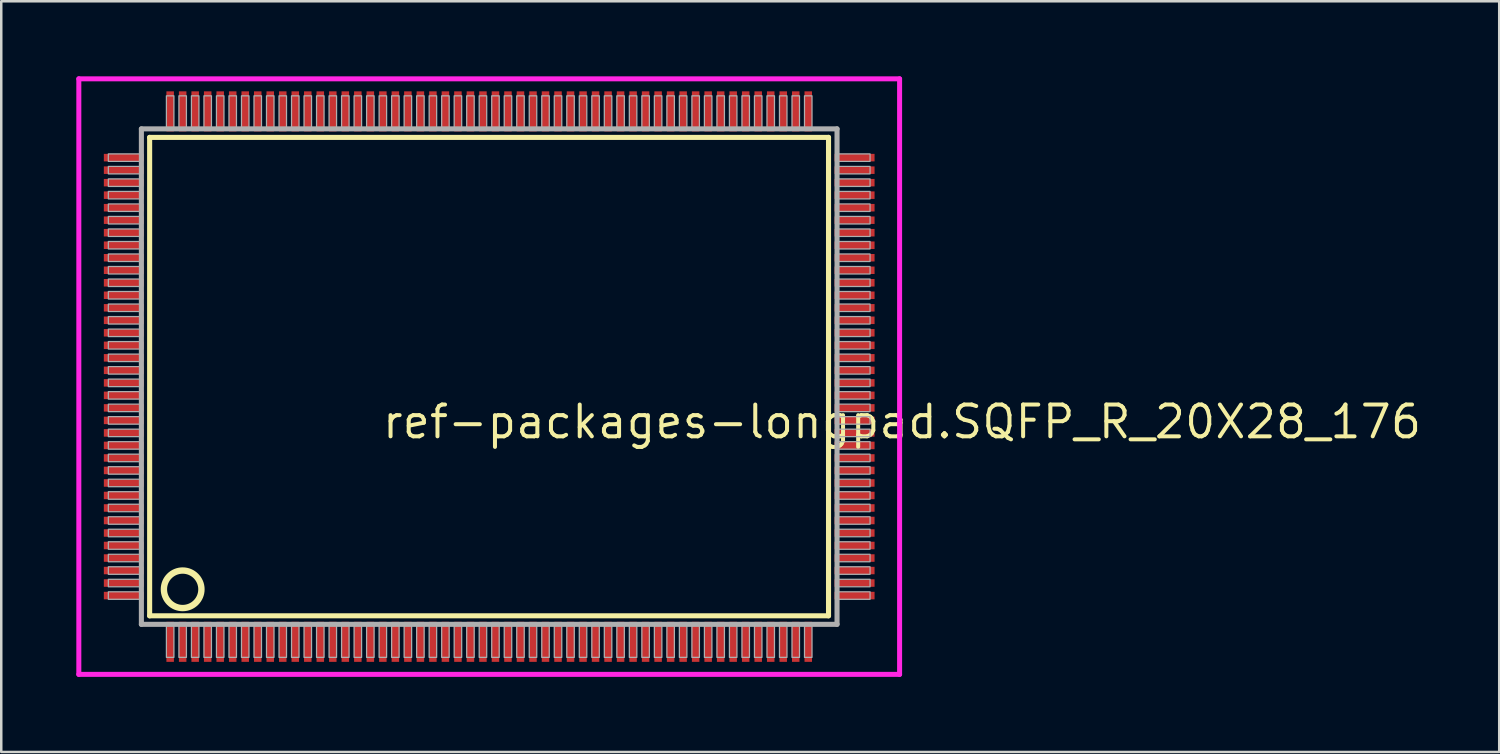
<source format=kicad_pcb>
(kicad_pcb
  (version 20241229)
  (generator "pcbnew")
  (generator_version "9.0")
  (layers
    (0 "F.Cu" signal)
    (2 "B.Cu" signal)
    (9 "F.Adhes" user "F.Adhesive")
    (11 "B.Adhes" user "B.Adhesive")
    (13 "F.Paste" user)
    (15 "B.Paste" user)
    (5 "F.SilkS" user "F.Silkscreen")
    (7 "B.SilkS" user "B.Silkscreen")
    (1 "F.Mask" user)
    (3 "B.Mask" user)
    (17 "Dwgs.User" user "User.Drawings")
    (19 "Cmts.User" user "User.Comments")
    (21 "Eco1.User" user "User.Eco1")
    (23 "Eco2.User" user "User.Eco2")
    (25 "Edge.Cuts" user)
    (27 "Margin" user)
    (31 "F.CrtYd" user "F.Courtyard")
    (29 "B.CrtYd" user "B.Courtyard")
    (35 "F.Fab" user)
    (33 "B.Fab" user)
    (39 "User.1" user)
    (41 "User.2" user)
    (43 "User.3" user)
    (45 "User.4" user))
  (footprint "ref-packages-longpad.SQFP_R_20X28_176"
    (layer "F.Cu")
    (at 16.5 12)
    (property "Reference" "ref-packages-longpad.SQFP_R_20X28_176" (at -4.35 2.55 0) (layer "F.SilkS") (effects (font (size 1.27 1.27) (thickness 0.16)) (justify left bottom)))
    (attr smd)
    (fp_line (start -13.57 -9.56) (end 13.56 -9.56) (stroke (width 0.203) (type default)) (layer "F.SilkS"))
    (fp_line (start -13.57 9.56) (end -13.57 -9.56) (stroke (width 0.203) (type default)) (layer "F.SilkS"))
    (fp_line (start 13.56 -9.56) (end 13.56 9.56) (stroke (width 0.203) (type default)) (layer "F.SilkS"))
    (fp_line (start 13.56 9.56) (end -13.57 9.56) (stroke (width 0.203) (type default)) (layer "F.SilkS"))
    (fp_circle (center -12.25 8.5) (end -11.5 8.5) (stroke (width 0.254) (type default)) (fill no) (layer "F.SilkS"))
    (fp_line (start -16.4 -11.9) (end 16.4 -11.9) (stroke (width 0.2) (type default)) (layer "F.CrtYd"))
    (fp_line (start -16.4 11.9) (end -16.4 -11.9) (stroke (width 0.2) (type default)) (layer "F.CrtYd"))
    (fp_line (start 16.4 -11.9) (end 16.4 11.9) (stroke (width 0.2) (type default)) (layer "F.CrtYd"))
    (fp_line (start 16.4 11.9) (end -16.4 11.9) (stroke (width 0.2) (type default)) (layer "F.CrtYd"))
    (fp_line (start -13.9 -9.9) (end -13.9 9.9) (stroke (width 0.203) (type default)) (layer "F.Fab"))
    (fp_line (start -13.9 9.9) (end 13.9 9.9) (stroke (width 0.203) (type default)) (layer "F.Fab"))
    (fp_line (start 13.9 -9.9) (end -13.9 -9.9) (stroke (width 0.203) (type default)) (layer "F.Fab"))
    (fp_line (start 13.9 9.9) (end 13.9 -9.9) (stroke (width 0.203) (type default)) (layer "F.Fab"))
    (fp_rect (start -15.22 -8.6) (end -13.95 -8.9) (stroke (width 0.05) (type default)) (fill no) (layer "F.Fab"))
    (fp_rect (start -15.22 -8.1) (end -13.95 -8.4) (stroke (width 0.05) (type default)) (fill no) (layer "F.Fab"))
    (fp_rect (start -15.22 -7.6) (end -13.95 -7.9) (stroke (width 0.05) (type default)) (fill no) (layer "F.Fab"))
    (fp_rect (start -15.22 -7.1) (end -13.95 -7.4) (stroke (width 0.05) (type default)) (fill no) (layer "F.Fab"))
    (fp_rect (start -15.22 -6.6) (end -13.95 -6.9) (stroke (width 0.05) (type default)) (fill no) (layer "F.Fab"))
    (fp_rect (start -15.22 -6.1) (end -13.95 -6.4) (stroke (width 0.05) (type default)) (fill no) (layer "F.Fab"))
    (fp_rect (start -15.22 -5.6) (end -13.95 -5.9) (stroke (width 0.05) (type default)) (fill no) (layer "F.Fab"))
    (fp_rect (start -15.22 -5.1) (end -13.95 -5.4) (stroke (width 0.05) (type default)) (fill no) (layer "F.Fab"))
    (fp_rect (start -15.22 -4.6) (end -13.95 -4.9) (stroke (width 0.05) (type default)) (fill no) (layer "F.Fab"))
    (fp_rect (start -15.22 -4.1) (end -13.95 -4.4) (stroke (width 0.05) (type default)) (fill no) (layer "F.Fab"))
    (fp_rect (start -15.22 -3.6) (end -13.95 -3.9) (stroke (width 0.05) (type default)) (fill no) (layer "F.Fab"))
    (fp_rect (start -15.22 -3.1) (end -13.95 -3.4) (stroke (width 0.05) (type default)) (fill no) (layer "F.Fab"))
    (fp_rect (start -15.22 -2.6) (end -13.95 -2.9) (stroke (width 0.05) (type default)) (fill no) (layer "F.Fab"))
    (fp_rect (start -15.22 -2.1) (end -13.95 -2.4) (stroke (width 0.05) (type default)) (fill no) (layer "F.Fab"))
    (fp_rect (start -15.22 -1.6) (end -13.95 -1.9) (stroke (width 0.05) (type default)) (fill no) (layer "F.Fab"))
    (fp_rect (start -15.22 -1.1) (end -13.95 -1.4) (stroke (width 0.05) (type default)) (fill no) (layer "F.Fab"))
    (fp_rect (start -15.22 -0.6) (end -13.95 -0.9) (stroke (width 0.05) (type default)) (fill no) (layer "F.Fab"))
    (fp_rect (start -15.22 -0.1) (end -13.95 -0.4) (stroke (width 0.05) (type default)) (fill no) (layer "F.Fab"))
    (fp_rect (start -15.22 0.4) (end -13.95 0.1) (stroke (width 0.05) (type default)) (fill no) (layer "F.Fab"))
    (fp_rect (start -15.22 0.9) (end -13.95 0.6) (stroke (width 0.05) (type default)) (fill no) (layer "F.Fab"))
    (fp_rect (start -15.22 1.4) (end -13.95 1.1) (stroke (width 0.05) (type default)) (fill no) (layer "F.Fab"))
    (fp_rect (start -15.22 1.9) (end -13.95 1.6) (stroke (width 0.05) (type default)) (fill no) (layer "F.Fab"))
    (fp_rect (start -15.22 2.4) (end -13.95 2.1) (stroke (width 0.05) (type default)) (fill no) (layer "F.Fab"))
    (fp_rect (start -15.22 2.9) (end -13.95 2.6) (stroke (width 0.05) (type default)) (fill no) (layer "F.Fab"))
    (fp_rect (start -15.22 3.4) (end -13.95 3.1) (stroke (width 0.05) (type default)) (fill no) (layer "F.Fab"))
    (fp_rect (start -15.22 3.9) (end -13.95 3.6) (stroke (width 0.05) (type default)) (fill no) (layer "F.Fab"))
    (fp_rect (start -15.22 4.4) (end -13.95 4.1) (stroke (width 0.05) (type default)) (fill no) (layer "F.Fab"))
    (fp_rect (start -15.22 4.9) (end -13.95 4.6) (stroke (width 0.05) (type default)) (fill no) (layer "F.Fab"))
    (fp_rect (start -15.22 5.4) (end -13.95 5.1) (stroke (width 0.05) (type default)) (fill no) (layer "F.Fab"))
    (fp_rect (start -15.22 5.9) (end -13.95 5.6) (stroke (width 0.05) (type default)) (fill no) (layer "F.Fab"))
    (fp_rect (start -15.22 6.4) (end -13.95 6.1) (stroke (width 0.05) (type default)) (fill no) (layer "F.Fab"))
    (fp_rect (start -15.22 6.9) (end -13.95 6.6) (stroke (width 0.05) (type default)) (fill no) (layer "F.Fab"))
    (fp_rect (start -15.22 7.4) (end -13.95 7.1) (stroke (width 0.05) (type default)) (fill no) (layer "F.Fab"))
    (fp_rect (start -15.22 7.9) (end -13.95 7.6) (stroke (width 0.05) (type default)) (fill no) (layer "F.Fab"))
    (fp_rect (start -15.22 8.4) (end -13.95 8.1) (stroke (width 0.05) (type default)) (fill no) (layer "F.Fab"))
    (fp_rect (start -15.22 8.9) (end -13.95 8.6) (stroke (width 0.05) (type default)) (fill no) (layer "F.Fab"))
    (fp_rect (start -12.9 -9.95) (end -12.6 -11.22) (stroke (width 0.05) (type default)) (fill no) (layer "F.Fab"))
    (fp_rect (start -12.9 11.22) (end -12.6 9.95) (stroke (width 0.05) (type default)) (fill no) (layer "F.Fab"))
    (fp_rect (start -12.4 -9.95) (end -12.1 -11.22) (stroke (width 0.05) (type default)) (fill no) (layer "F.Fab"))
    (fp_rect (start -12.4 11.22) (end -12.1 9.95) (stroke (width 0.05) (type default)) (fill no) (layer "F.Fab"))
    (fp_rect (start -11.9 -9.95) (end -11.6 -11.22) (stroke (width 0.05) (type default)) (fill no) (layer "F.Fab"))
    (fp_rect (start -11.9 11.22) (end -11.6 9.95) (stroke (width 0.05) (type default)) (fill no) (layer "F.Fab"))
    (fp_rect (start -11.4 -9.95) (end -11.1 -11.22) (stroke (width 0.05) (type default)) (fill no) (layer "F.Fab"))
    (fp_rect (start -11.4 11.22) (end -11.1 9.95) (stroke (width 0.05) (type default)) (fill no) (layer "F.Fab"))
    (fp_rect (start -10.9 -9.95) (end -10.6 -11.22) (stroke (width 0.05) (type default)) (fill no) (layer "F.Fab"))
    (fp_rect (start -10.9 11.22) (end -10.6 9.95) (stroke (width 0.05) (type default)) (fill no) (layer "F.Fab"))
    (fp_rect (start -10.4 -9.95) (end -10.1 -11.22) (stroke (width 0.05) (type default)) (fill no) (layer "F.Fab"))
    (fp_rect (start -10.4 11.22) (end -10.1 9.95) (stroke (width 0.05) (type default)) (fill no) (layer "F.Fab"))
    (fp_rect (start -9.9 -9.95) (end -9.6 -11.22) (stroke (width 0.05) (type default)) (fill no) (layer "F.Fab"))
    (fp_rect (start -9.9 11.22) (end -9.6 9.95) (stroke (width 0.05) (type default)) (fill no) (layer "F.Fab"))
    (fp_rect (start -9.4 -9.95) (end -9.1 -11.22) (stroke (width 0.05) (type default)) (fill no) (layer "F.Fab"))
    (fp_rect (start -9.4 11.22) (end -9.1 9.95) (stroke (width 0.05) (type default)) (fill no) (layer "F.Fab"))
    (fp_rect (start -8.9 -9.95) (end -8.6 -11.22) (stroke (width 0.05) (type default)) (fill no) (layer "F.Fab"))
    (fp_rect (start -8.9 11.22) (end -8.6 9.95) (stroke (width 0.05) (type default)) (fill no) (layer "F.Fab"))
    (fp_rect (start -8.4 -9.95) (end -8.1 -11.22) (stroke (width 0.05) (type default)) (fill no) (layer "F.Fab"))
    (fp_rect (start -8.4 11.22) (end -8.1 9.95) (stroke (width 0.05) (type default)) (fill no) (layer "F.Fab"))
    (fp_rect (start -7.9 -9.95) (end -7.6 -11.22) (stroke (width 0.05) (type default)) (fill no) (layer "F.Fab"))
    (fp_rect (start -7.9 11.22) (end -7.6 9.95) (stroke (width 0.05) (type default)) (fill no) (layer "F.Fab"))
    (fp_rect (start -7.4 -9.95) (end -7.1 -11.22) (stroke (width 0.05) (type default)) (fill no) (layer "F.Fab"))
    (fp_rect (start -7.4 11.22) (end -7.1 9.95) (stroke (width 0.05) (type default)) (fill no) (layer "F.Fab"))
    (fp_rect (start -6.9 -9.95) (end -6.6 -11.22) (stroke (width 0.05) (type default)) (fill no) (layer "F.Fab"))
    (fp_rect (start -6.9 11.22) (end -6.6 9.95) (stroke (width 0.05) (type default)) (fill no) (layer "F.Fab"))
    (fp_rect (start -6.4 -9.95) (end -6.1 -11.22) (stroke (width 0.05) (type default)) (fill no) (layer "F.Fab"))
    (fp_rect (start -6.4 11.22) (end -6.1 9.95) (stroke (width 0.05) (type default)) (fill no) (layer "F.Fab"))
    (fp_rect (start -5.9 -9.95) (end -5.6 -11.22) (stroke (width 0.05) (type default)) (fill no) (layer "F.Fab"))
    (fp_rect (start -5.9 11.22) (end -5.6 9.95) (stroke (width 0.05) (type default)) (fill no) (layer "F.Fab"))
    (fp_rect (start -5.4 -9.95) (end -5.1 -11.22) (stroke (width 0.05) (type default)) (fill no) (layer "F.Fab"))
    (fp_rect (start -5.4 11.22) (end -5.1 9.95) (stroke (width 0.05) (type default)) (fill no) (layer "F.Fab"))
    (fp_rect (start -4.9 -9.95) (end -4.6 -11.22) (stroke (width 0.05) (type default)) (fill no) (layer "F.Fab"))
    (fp_rect (start -4.9 11.22) (end -4.6 9.95) (stroke (width 0.05) (type default)) (fill no) (layer "F.Fab"))
    (fp_rect (start -4.4 -9.95) (end -4.1 -11.22) (stroke (width 0.05) (type default)) (fill no) (layer "F.Fab"))
    (fp_rect (start -4.4 11.22) (end -4.1 9.95) (stroke (width 0.05) (type default)) (fill no) (layer "F.Fab"))
    (fp_rect (start -3.9 -9.95) (end -3.6 -11.22) (stroke (width 0.05) (type default)) (fill no) (layer "F.Fab"))
    (fp_rect (start -3.9 11.22) (end -3.6 9.95) (stroke (width 0.05) (type default)) (fill no) (layer "F.Fab"))
    (fp_rect (start -3.4 -9.95) (end -3.1 -11.22) (stroke (width 0.05) (type default)) (fill no) (layer "F.Fab"))
    (fp_rect (start -3.4 11.22) (end -3.1 9.95) (stroke (width 0.05) (type default)) (fill no) (layer "F.Fab"))
    (fp_rect (start -2.9 -9.95) (end -2.6 -11.22) (stroke (width 0.05) (type default)) (fill no) (layer "F.Fab"))
    (fp_rect (start -2.9 11.22) (end -2.6 9.95) (stroke (width 0.05) (type default)) (fill no) (layer "F.Fab"))
    (fp_rect (start -2.4 -9.95) (end -2.1 -11.22) (stroke (width 0.05) (type default)) (fill no) (layer "F.Fab"))
    (fp_rect (start -2.4 11.22) (end -2.1 9.95) (stroke (width 0.05) (type default)) (fill no) (layer "F.Fab"))
    (fp_rect (start -1.9 -9.95) (end -1.6 -11.22) (stroke (width 0.05) (type default)) (fill no) (layer "F.Fab"))
    (fp_rect (start -1.9 11.22) (end -1.6 9.95) (stroke (width 0.05) (type default)) (fill no) (layer "F.Fab"))
    (fp_rect (start -1.4 -9.95) (end -1.1 -11.22) (stroke (width 0.05) (type default)) (fill no) (layer "F.Fab"))
    (fp_rect (start -1.4 11.22) (end -1.1 9.95) (stroke (width 0.05) (type default)) (fill no) (layer "F.Fab"))
    (fp_rect (start -0.9 -9.95) (end -0.6 -11.22) (stroke (width 0.05) (type default)) (fill no) (layer "F.Fab"))
    (fp_rect (start -0.9 11.22) (end -0.6 9.95) (stroke (width 0.05) (type default)) (fill no) (layer "F.Fab"))
    (fp_rect (start -0.4 -9.95) (end -0.1 -11.22) (stroke (width 0.05) (type default)) (fill no) (layer "F.Fab"))
    (fp_rect (start -0.4 11.22) (end -0.1 9.95) (stroke (width 0.05) (type default)) (fill no) (layer "F.Fab"))
    (fp_rect (start 0.1 -9.95) (end 0.4 -11.22) (stroke (width 0.05) (type default)) (fill no) (layer "F.Fab"))
    (fp_rect (start 0.1 11.22) (end 0.4 9.95) (stroke (width 0.05) (type default)) (fill no) (layer "F.Fab"))
    (fp_rect (start 0.6 -9.95) (end 0.9 -11.22) (stroke (width 0.05) (type default)) (fill no) (layer "F.Fab"))
    (fp_rect (start 0.6 11.22) (end 0.9 9.95) (stroke (width 0.05) (type default)) (fill no) (layer "F.Fab"))
    (fp_rect (start 1.1 -9.95) (end 1.4 -11.22) (stroke (width 0.05) (type default)) (fill no) (layer "F.Fab"))
    (fp_rect (start 1.1 11.22) (end 1.4 9.95) (stroke (width 0.05) (type default)) (fill no) (layer "F.Fab"))
    (fp_rect (start 1.6 -9.95) (end 1.9 -11.22) (stroke (width 0.05) (type default)) (fill no) (layer "F.Fab"))
    (fp_rect (start 1.6 11.22) (end 1.9 9.95) (stroke (width 0.05) (type default)) (fill no) (layer "F.Fab"))
    (fp_rect (start 2.1 -9.95) (end 2.4 -11.22) (stroke (width 0.05) (type default)) (fill no) (layer "F.Fab"))
    (fp_rect (start 2.1 11.22) (end 2.4 9.95) (stroke (width 0.05) (type default)) (fill no) (layer "F.Fab"))
    (fp_rect (start 2.6 -9.95) (end 2.9 -11.22) (stroke (width 0.05) (type default)) (fill no) (layer "F.Fab"))
    (fp_rect (start 2.6 11.22) (end 2.9 9.95) (stroke (width 0.05) (type default)) (fill no) (layer "F.Fab"))
    (fp_rect (start 3.1 -9.95) (end 3.4 -11.22) (stroke (width 0.05) (type default)) (fill no) (layer "F.Fab"))
    (fp_rect (start 3.1 11.22) (end 3.4 9.95) (stroke (width 0.05) (type default)) (fill no) (layer "F.Fab"))
    (fp_rect (start 3.6 -9.95) (end 3.9 -11.22) (stroke (width 0.05) (type default)) (fill no) (layer "F.Fab"))
    (fp_rect (start 3.6 11.22) (end 3.9 9.95) (stroke (width 0.05) (type default)) (fill no) (layer "F.Fab"))
    (fp_rect (start 4.1 -9.95) (end 4.4 -11.22) (stroke (width 0.05) (type default)) (fill no) (layer "F.Fab"))
    (fp_rect (start 4.1 11.22) (end 4.4 9.95) (stroke (width 0.05) (type default)) (fill no) (layer "F.Fab"))
    (fp_rect (start 4.6 -9.95) (end 4.9 -11.22) (stroke (width 0.05) (type default)) (fill no) (layer "F.Fab"))
    (fp_rect (start 4.6 11.22) (end 4.9 9.95) (stroke (width 0.05) (type default)) (fill no) (layer "F.Fab"))
    (fp_rect (start 5.1 -9.95) (end 5.4 -11.22) (stroke (width 0.05) (type default)) (fill no) (layer "F.Fab"))
    (fp_rect (start 5.1 11.22) (end 5.4 9.95) (stroke (width 0.05) (type default)) (fill no) (layer "F.Fab"))
    (fp_rect (start 5.6 -9.95) (end 5.9 -11.22) (stroke (width 0.05) (type default)) (fill no) (layer "F.Fab"))
    (fp_rect (start 5.6 11.22) (end 5.9 9.95) (stroke (width 0.05) (type default)) (fill no) (layer "F.Fab"))
    (fp_rect (start 6.1 -9.95) (end 6.4 -11.22) (stroke (width 0.05) (type default)) (fill no) (layer "F.Fab"))
    (fp_rect (start 6.1 11.22) (end 6.4 9.95) (stroke (width 0.05) (type default)) (fill no) (layer "F.Fab"))
    (fp_rect (start 6.6 -9.95) (end 6.9 -11.22) (stroke (width 0.05) (type default)) (fill no) (layer "F.Fab"))
    (fp_rect (start 6.6 11.22) (end 6.9 9.95) (stroke (width 0.05) (type default)) (fill no) (layer "F.Fab"))
    (fp_rect (start 7.1 -9.95) (end 7.4 -11.22) (stroke (width 0.05) (type default)) (fill no) (layer "F.Fab"))
    (fp_rect (start 7.1 11.22) (end 7.4 9.95) (stroke (width 0.05) (type default)) (fill no) (layer "F.Fab"))
    (fp_rect (start 7.6 -9.95) (end 7.9 -11.22) (stroke (width 0.05) (type default)) (fill no) (layer "F.Fab"))
    (fp_rect (start 7.6 11.22) (end 7.9 9.95) (stroke (width 0.05) (type default)) (fill no) (layer "F.Fab"))
    (fp_rect (start 8.1 -9.95) (end 8.4 -11.22) (stroke (width 0.05) (type default)) (fill no) (layer "F.Fab"))
    (fp_rect (start 8.1 11.22) (end 8.4 9.95) (stroke (width 0.05) (type default)) (fill no) (layer "F.Fab"))
    (fp_rect (start 8.6 -9.95) (end 8.9 -11.22) (stroke (width 0.05) (type default)) (fill no) (layer "F.Fab"))
    (fp_rect (start 8.6 11.22) (end 8.9 9.95) (stroke (width 0.05) (type default)) (fill no) (layer "F.Fab"))
    (fp_rect (start 9.1 -9.95) (end 9.4 -11.22) (stroke (width 0.05) (type default)) (fill no) (layer "F.Fab"))
    (fp_rect (start 9.1 11.22) (end 9.4 9.95) (stroke (width 0.05) (type default)) (fill no) (layer "F.Fab"))
    (fp_rect (start 9.6 -9.95) (end 9.9 -11.22) (stroke (width 0.05) (type default)) (fill no) (layer "F.Fab"))
    (fp_rect (start 9.6 11.22) (end 9.9 9.95) (stroke (width 0.05) (type default)) (fill no) (layer "F.Fab"))
    (fp_rect (start 10.1 -9.95) (end 10.4 -11.22) (stroke (width 0.05) (type default)) (fill no) (layer "F.Fab"))
    (fp_rect (start 10.1 11.22) (end 10.4 9.95) (stroke (width 0.05) (type default)) (fill no) (layer "F.Fab"))
    (fp_rect (start 10.6 -9.95) (end 10.9 -11.22) (stroke (width 0.05) (type default)) (fill no) (layer "F.Fab"))
    (fp_rect (start 10.6 11.22) (end 10.9 9.95) (stroke (width 0.05) (type default)) (fill no) (layer "F.Fab"))
    (fp_rect (start 11.1 -9.95) (end 11.4 -11.22) (stroke (width 0.05) (type default)) (fill no) (layer "F.Fab"))
    (fp_rect (start 11.1 11.22) (end 11.4 9.95) (stroke (width 0.05) (type default)) (fill no) (layer "F.Fab"))
    (fp_rect (start 11.6 -9.95) (end 11.9 -11.22) (stroke (width 0.05) (type default)) (fill no) (layer "F.Fab"))
    (fp_rect (start 11.6 11.22) (end 11.9 9.95) (stroke (width 0.05) (type default)) (fill no) (layer "F.Fab"))
    (fp_rect (start 12.1 -9.95) (end 12.4 -11.22) (stroke (width 0.05) (type default)) (fill no) (layer "F.Fab"))
    (fp_rect (start 12.1 11.22) (end 12.4 9.95) (stroke (width 0.05) (type default)) (fill no) (layer "F.Fab"))
    (fp_rect (start 12.6 -9.95) (end 12.9 -11.22) (stroke (width 0.05) (type default)) (fill no) (layer "F.Fab"))
    (fp_rect (start 12.6 11.22) (end 12.9 9.95) (stroke (width 0.05) (type default)) (fill no) (layer "F.Fab"))
    (fp_rect (start 13.95 -8.6) (end 15.22 -8.9) (stroke (width 0.05) (type default)) (fill no) (layer "F.Fab"))
    (fp_rect (start 13.95 -8.1) (end 15.22 -8.4) (stroke (width 0.05) (type default)) (fill no) (layer "F.Fab"))
    (fp_rect (start 13.95 -7.6) (end 15.22 -7.9) (stroke (width 0.05) (type default)) (fill no) (layer "F.Fab"))
    (fp_rect (start 13.95 -7.1) (end 15.22 -7.4) (stroke (width 0.05) (type default)) (fill no) (layer "F.Fab"))
    (fp_rect (start 13.95 -6.6) (end 15.22 -6.9) (stroke (width 0.05) (type default)) (fill no) (layer "F.Fab"))
    (fp_rect (start 13.95 -6.1) (end 15.22 -6.4) (stroke (width 0.05) (type default)) (fill no) (layer "F.Fab"))
    (fp_rect (start 13.95 -5.6) (end 15.22 -5.9) (stroke (width 0.05) (type default)) (fill no) (layer "F.Fab"))
    (fp_rect (start 13.95 -5.1) (end 15.22 -5.4) (stroke (width 0.05) (type default)) (fill no) (layer "F.Fab"))
    (fp_rect (start 13.95 -4.6) (end 15.22 -4.9) (stroke (width 0.05) (type default)) (fill no) (layer "F.Fab"))
    (fp_rect (start 13.95 -4.1) (end 15.22 -4.4) (stroke (width 0.05) (type default)) (fill no) (layer "F.Fab"))
    (fp_rect (start 13.95 -3.6) (end 15.22 -3.9) (stroke (width 0.05) (type default)) (fill no) (layer "F.Fab"))
    (fp_rect (start 13.95 -3.1) (end 15.22 -3.4) (stroke (width 0.05) (type default)) (fill no) (layer "F.Fab"))
    (fp_rect (start 13.95 -2.6) (end 15.22 -2.9) (stroke (width 0.05) (type default)) (fill no) (layer "F.Fab"))
    (fp_rect (start 13.95 -2.1) (end 15.22 -2.4) (stroke (width 0.05) (type default)) (fill no) (layer "F.Fab"))
    (fp_rect (start 13.95 -1.6) (end 15.22 -1.9) (stroke (width 0.05) (type default)) (fill no) (layer "F.Fab"))
    (fp_rect (start 13.95 -1.1) (end 15.22 -1.4) (stroke (width 0.05) (type default)) (fill no) (layer "F.Fab"))
    (fp_rect (start 13.95 -0.6) (end 15.22 -0.9) (stroke (width 0.05) (type default)) (fill no) (layer "F.Fab"))
    (fp_rect (start 13.95 -0.1) (end 15.22 -0.4) (stroke (width 0.05) (type default)) (fill no) (layer "F.Fab"))
    (fp_rect (start 13.95 0.4) (end 15.22 0.1) (stroke (width 0.05) (type default)) (fill no) (layer "F.Fab"))
    (fp_rect (start 13.95 0.9) (end 15.22 0.6) (stroke (width 0.05) (type default)) (fill no) (layer "F.Fab"))
    (fp_rect (start 13.95 1.4) (end 15.22 1.1) (stroke (width 0.05) (type default)) (fill no) (layer "F.Fab"))
    (fp_rect (start 13.95 1.9) (end 15.22 1.6) (stroke (width 0.05) (type default)) (fill no) (layer "F.Fab"))
    (fp_rect (start 13.95 2.4) (end 15.22 2.1) (stroke (width 0.05) (type default)) (fill no) (layer "F.Fab"))
    (fp_rect (start 13.95 2.9) (end 15.22 2.6) (stroke (width 0.05) (type default)) (fill no) (layer "F.Fab"))
    (fp_rect (start 13.95 3.4) (end 15.22 3.1) (stroke (width 0.05) (type default)) (fill no) (layer "F.Fab"))
    (fp_rect (start 13.95 3.9) (end 15.22 3.6) (stroke (width 0.05) (type default)) (fill no) (layer "F.Fab"))
    (fp_rect (start 13.95 4.4) (end 15.22 4.1) (stroke (width 0.05) (type default)) (fill no) (layer "F.Fab"))
    (fp_rect (start 13.95 4.9) (end 15.22 4.6) (stroke (width 0.05) (type default)) (fill no) (layer "F.Fab"))
    (fp_rect (start 13.95 5.4) (end 15.22 5.1) (stroke (width 0.05) (type default)) (fill no) (layer "F.Fab"))
    (fp_rect (start 13.95 5.9) (end 15.22 5.6) (stroke (width 0.05) (type default)) (fill no) (layer "F.Fab"))
    (fp_rect (start 13.95 6.4) (end 15.22 6.1) (stroke (width 0.05) (type default)) (fill no) (layer "F.Fab"))
    (fp_rect (start 13.95 6.9) (end 15.22 6.6) (stroke (width 0.05) (type default)) (fill no) (layer "F.Fab"))
    (fp_rect (start 13.95 7.4) (end 15.22 7.1) (stroke (width 0.05) (type default)) (fill no) (layer "F.Fab"))
    (fp_rect (start 13.95 7.9) (end 15.22 7.6) (stroke (width 0.05) (type default)) (fill no) (layer "F.Fab"))
    (fp_rect (start 13.95 8.4) (end 15.22 8.1) (stroke (width 0.05) (type default)) (fill no) (layer "F.Fab"))
    (fp_rect (start 13.95 8.9) (end 15.22 8.6) (stroke (width 0.05) (type default)) (fill no) (layer "F.Fab"))
    (pad "1" smd roundrect (at -12.75 10.6) (size 0.3 1.6) (layers "F.Cu" "F.Mask" "F.Paste") (roundrect_rratio 0.01))
    (pad "2" smd roundrect (at -12.25 10.6) (size 0.3 1.6) (layers "F.Cu" "F.Mask" "F.Paste") (roundrect_rratio 0.01))
    (pad "3" smd roundrect (at -11.75 10.6) (size 0.3 1.6) (layers "F.Cu" "F.Mask" "F.Paste") (roundrect_rratio 0.01))
    (pad "4" smd roundrect (at -11.25 10.6) (size 0.3 1.6) (layers "F.Cu" "F.Mask" "F.Paste") (roundrect_rratio 0.01))
    (pad "5" smd roundrect (at -10.75 10.6) (size 0.3 1.6) (layers "F.Cu" "F.Mask" "F.Paste") (roundrect_rratio 0.01))
    (pad "6" smd roundrect (at -10.25 10.6) (size 0.3 1.6) (layers "F.Cu" "F.Mask" "F.Paste") (roundrect_rratio 0.01))
    (pad "7" smd roundrect (at -9.75 10.6) (size 0.3 1.6) (layers "F.Cu" "F.Mask" "F.Paste") (roundrect_rratio 0.01))
    (pad "8" smd roundrect (at -9.25 10.6) (size 0.3 1.6) (layers "F.Cu" "F.Mask" "F.Paste") (roundrect_rratio 0.01))
    (pad "9" smd roundrect (at -8.75 10.6) (size 0.3 1.6) (layers "F.Cu" "F.Mask" "F.Paste") (roundrect_rratio 0.01))
    (pad "10" smd roundrect (at -8.25 10.6) (size 0.3 1.6) (layers "F.Cu" "F.Mask" "F.Paste") (roundrect_rratio 0.01))
    (pad "11" smd roundrect (at -7.75 10.6) (size 0.3 1.6) (layers "F.Cu" "F.Mask" "F.Paste") (roundrect_rratio 0.01))
    (pad "12" smd roundrect (at -7.25 10.6) (size 0.3 1.6) (layers "F.Cu" "F.Mask" "F.Paste") (roundrect_rratio 0.01))
    (pad "13" smd roundrect (at -6.75 10.6) (size 0.3 1.6) (layers "F.Cu" "F.Mask" "F.Paste") (roundrect_rratio 0.01))
    (pad "14" smd roundrect (at -6.25 10.6) (size 0.3 1.6) (layers "F.Cu" "F.Mask" "F.Paste") (roundrect_rratio 0.01))
    (pad "15" smd roundrect (at -5.75 10.6) (size 0.3 1.6) (layers "F.Cu" "F.Mask" "F.Paste") (roundrect_rratio 0.01))
    (pad "16" smd roundrect (at -5.25 10.6) (size 0.3 1.6) (layers "F.Cu" "F.Mask" "F.Paste") (roundrect_rratio 0.01))
    (pad "17" smd roundrect (at -4.75 10.6) (size 0.3 1.6) (layers "F.Cu" "F.Mask" "F.Paste") (roundrect_rratio 0.01))
    (pad "18" smd roundrect (at -4.25 10.6) (size 0.3 1.6) (layers "F.Cu" "F.Mask" "F.Paste") (roundrect_rratio 0.01))
    (pad "19" smd roundrect (at -3.75 10.6) (size 0.3 1.6) (layers "F.Cu" "F.Mask" "F.Paste") (roundrect_rratio 0.01))
    (pad "20" smd roundrect (at -3.25 10.6) (size 0.3 1.6) (layers "F.Cu" "F.Mask" "F.Paste") (roundrect_rratio 0.01))
    (pad "21" smd roundrect (at -2.75 10.6) (size 0.3 1.6) (layers "F.Cu" "F.Mask" "F.Paste") (roundrect_rratio 0.01))
    (pad "22" smd roundrect (at -2.25 10.6) (size 0.3 1.6) (layers "F.Cu" "F.Mask" "F.Paste") (roundrect_rratio 0.01))
    (pad "23" smd roundrect (at -1.75 10.6) (size 0.3 1.6) (layers "F.Cu" "F.Mask" "F.Paste") (roundrect_rratio 0.01))
    (pad "24" smd roundrect (at -1.25 10.6) (size 0.3 1.6) (layers "F.Cu" "F.Mask" "F.Paste") (roundrect_rratio 0.01))
    (pad "25" smd roundrect (at -0.75 10.6) (size 0.3 1.6) (layers "F.Cu" "F.Mask" "F.Paste") (roundrect_rratio 0.01))
    (pad "26" smd roundrect (at -0.25 10.6) (size 0.3 1.6) (layers "F.Cu" "F.Mask" "F.Paste") (roundrect_rratio 0.01))
    (pad "27" smd roundrect (at 0.25 10.6) (size 0.3 1.6) (layers "F.Cu" "F.Mask" "F.Paste") (roundrect_rratio 0.01))
    (pad "28" smd roundrect (at 0.75 10.6) (size 0.3 1.6) (layers "F.Cu" "F.Mask" "F.Paste") (roundrect_rratio 0.01))
    (pad "29" smd roundrect (at 1.25 10.6) (size 0.3 1.6) (layers "F.Cu" "F.Mask" "F.Paste") (roundrect_rratio 0.01))
    (pad "30" smd roundrect (at 1.75 10.6) (size 0.3 1.6) (layers "F.Cu" "F.Mask" "F.Paste") (roundrect_rratio 0.01))
    (pad "31" smd roundrect (at 2.25 10.6) (size 0.3 1.6) (layers "F.Cu" "F.Mask" "F.Paste") (roundrect_rratio 0.01))
    (pad "32" smd roundrect (at 2.75 10.6) (size 0.3 1.6) (layers "F.Cu" "F.Mask" "F.Paste") (roundrect_rratio 0.01))
    (pad "33" smd roundrect (at 3.25 10.6) (size 0.3 1.6) (layers "F.Cu" "F.Mask" "F.Paste") (roundrect_rratio 0.01))
    (pad "34" smd roundrect (at 3.75 10.6) (size 0.3 1.6) (layers "F.Cu" "F.Mask" "F.Paste") (roundrect_rratio 0.01))
    (pad "35" smd roundrect (at 4.25 10.6) (size 0.3 1.6) (layers "F.Cu" "F.Mask" "F.Paste") (roundrect_rratio 0.01))
    (pad "36" smd roundrect (at 4.75 10.6) (size 0.3 1.6) (layers "F.Cu" "F.Mask" "F.Paste") (roundrect_rratio 0.01))
    (pad "37" smd roundrect (at 5.25 10.6) (size 0.3 1.6) (layers "F.Cu" "F.Mask" "F.Paste") (roundrect_rratio 0.01))
    (pad "38" smd roundrect (at 5.75 10.6) (size 0.3 1.6) (layers "F.Cu" "F.Mask" "F.Paste") (roundrect_rratio 0.01))
    (pad "39" smd roundrect (at 6.25 10.6) (size 0.3 1.6) (layers "F.Cu" "F.Mask" "F.Paste") (roundrect_rratio 0.01))
    (pad "40" smd roundrect (at 6.75 10.6) (size 0.3 1.6) (layers "F.Cu" "F.Mask" "F.Paste") (roundrect_rratio 0.01))
    (pad "41" smd roundrect (at 7.25 10.6) (size 0.3 1.6) (layers "F.Cu" "F.Mask" "F.Paste") (roundrect_rratio 0.01))
    (pad "42" smd roundrect (at 7.75 10.6) (size 0.3 1.6) (layers "F.Cu" "F.Mask" "F.Paste") (roundrect_rratio 0.01))
    (pad "43" smd roundrect (at 8.25 10.6) (size 0.3 1.6) (layers "F.Cu" "F.Mask" "F.Paste") (roundrect_rratio 0.01))
    (pad "44" smd roundrect (at 8.75 10.6) (size 0.3 1.6) (layers "F.Cu" "F.Mask" "F.Paste") (roundrect_rratio 0.01))
    (pad "45" smd roundrect (at 9.25 10.6) (size 0.3 1.6) (layers "F.Cu" "F.Mask" "F.Paste") (roundrect_rratio 0.01))
    (pad "46" smd roundrect (at 9.75 10.6) (size 0.3 1.6) (layers "F.Cu" "F.Mask" "F.Paste") (roundrect_rratio 0.01))
    (pad "47" smd roundrect (at 10.25 10.6) (size 0.3 1.6) (layers "F.Cu" "F.Mask" "F.Paste") (roundrect_rratio 0.01))
    (pad "48" smd roundrect (at 10.75 10.6) (size 0.3 1.6) (layers "F.Cu" "F.Mask" "F.Paste") (roundrect_rratio 0.01))
    (pad "49" smd roundrect (at 11.25 10.6) (size 0.3 1.6) (layers "F.Cu" "F.Mask" "F.Paste") (roundrect_rratio 0.01))
    (pad "50" smd roundrect (at 11.75 10.6) (size 0.3 1.6) (layers "F.Cu" "F.Mask" "F.Paste") (roundrect_rratio 0.01))
    (pad "51" smd roundrect (at 12.25 10.6) (size 0.3 1.6) (layers "F.Cu" "F.Mask" "F.Paste") (roundrect_rratio 0.01))
    (pad "52" smd roundrect (at 12.75 10.6) (size 0.3 1.6) (layers "F.Cu" "F.Mask" "F.Paste") (roundrect_rratio 0.01))
    (pad "53" smd roundrect (at 14.6 8.75) (size 1.6 0.3) (layers "F.Cu" "F.Mask" "F.Paste") (roundrect_rratio 0.01))
    (pad "54" smd roundrect (at 14.6 8.25) (size 1.6 0.3) (layers "F.Cu" "F.Mask" "F.Paste") (roundrect_rratio 0.01))
    (pad "55" smd roundrect (at 14.6 7.75) (size 1.6 0.3) (layers "F.Cu" "F.Mask" "F.Paste") (roundrect_rratio 0.01))
    (pad "56" smd roundrect (at 14.6 7.25) (size 1.6 0.3) (layers "F.Cu" "F.Mask" "F.Paste") (roundrect_rratio 0.01))
    (pad "57" smd roundrect (at 14.6 6.75) (size 1.6 0.3) (layers "F.Cu" "F.Mask" "F.Paste") (roundrect_rratio 0.01))
    (pad "58" smd roundrect (at 14.6 6.25) (size 1.6 0.3) (layers "F.Cu" "F.Mask" "F.Paste") (roundrect_rratio 0.01))
    (pad "59" smd roundrect (at 14.6 5.75) (size 1.6 0.3) (layers "F.Cu" "F.Mask" "F.Paste") (roundrect_rratio 0.01))
    (pad "60" smd roundrect (at 14.6 5.25) (size 1.6 0.3) (layers "F.Cu" "F.Mask" "F.Paste") (roundrect_rratio 0.01))
    (pad "61" smd roundrect (at 14.6 4.75) (size 1.6 0.3) (layers "F.Cu" "F.Mask" "F.Paste") (roundrect_rratio 0.01))
    (pad "62" smd roundrect (at 14.6 4.25) (size 1.6 0.3) (layers "F.Cu" "F.Mask" "F.Paste") (roundrect_rratio 0.01))
    (pad "63" smd roundrect (at 14.6 3.75) (size 1.6 0.3) (layers "F.Cu" "F.Mask" "F.Paste") (roundrect_rratio 0.01))
    (pad "64" smd roundrect (at 14.6 3.25) (size 1.6 0.3) (layers "F.Cu" "F.Mask" "F.Paste") (roundrect_rratio 0.01))
    (pad "65" smd roundrect (at 14.6 2.75) (size 1.6 0.3) (layers "F.Cu" "F.Mask" "F.Paste") (roundrect_rratio 0.01))
    (pad "66" smd roundrect (at 14.6 2.25) (size 1.6 0.3) (layers "F.Cu" "F.Mask" "F.Paste") (roundrect_rratio 0.01))
    (pad "67" smd roundrect (at 14.6 1.75) (size 1.6 0.3) (layers "F.Cu" "F.Mask" "F.Paste") (roundrect_rratio 0.01))
    (pad "68" smd roundrect (at 14.6 1.25) (size 1.6 0.3) (layers "F.Cu" "F.Mask" "F.Paste") (roundrect_rratio 0.01))
    (pad "69" smd roundrect (at 14.6 0.75) (size 1.6 0.3) (layers "F.Cu" "F.Mask" "F.Paste") (roundrect_rratio 0.01))
    (pad "70" smd roundrect (at 14.6 0.25) (size 1.6 0.3) (layers "F.Cu" "F.Mask" "F.Paste") (roundrect_rratio 0.01))
    (pad "71" smd roundrect (at 14.6 -0.25) (size 1.6 0.3) (layers "F.Cu" "F.Mask" "F.Paste") (roundrect_rratio 0.01))
    (pad "72" smd roundrect (at 14.6 -0.75) (size 1.6 0.3) (layers "F.Cu" "F.Mask" "F.Paste") (roundrect_rratio 0.01))
    (pad "73" smd roundrect (at 14.6 -1.25) (size 1.6 0.3) (layers "F.Cu" "F.Mask" "F.Paste") (roundrect_rratio 0.01))
    (pad "74" smd roundrect (at 14.6 -1.75) (size 1.6 0.3) (layers "F.Cu" "F.Mask" "F.Paste") (roundrect_rratio 0.01))
    (pad "75" smd roundrect (at 14.6 -2.25) (size 1.6 0.3) (layers "F.Cu" "F.Mask" "F.Paste") (roundrect_rratio 0.01))
    (pad "76" smd roundrect (at 14.6 -2.75) (size 1.6 0.3) (layers "F.Cu" "F.Mask" "F.Paste") (roundrect_rratio 0.01))
    (pad "77" smd roundrect (at 14.6 -3.25) (size 1.6 0.3) (layers "F.Cu" "F.Mask" "F.Paste") (roundrect_rratio 0.01))
    (pad "78" smd roundrect (at 14.6 -3.75) (size 1.6 0.3) (layers "F.Cu" "F.Mask" "F.Paste") (roundrect_rratio 0.01))
    (pad "79" smd roundrect (at 14.6 -4.25) (size 1.6 0.3) (layers "F.Cu" "F.Mask" "F.Paste") (roundrect_rratio 0.01))
    (pad "80" smd roundrect (at 14.6 -4.75) (size 1.6 0.3) (layers "F.Cu" "F.Mask" "F.Paste") (roundrect_rratio 0.01))
    (pad "81" smd roundrect (at 14.6 -5.25) (size 1.6 0.3) (layers "F.Cu" "F.Mask" "F.Paste") (roundrect_rratio 0.01))
    (pad "82" smd roundrect (at 14.6 -5.75) (size 1.6 0.3) (layers "F.Cu" "F.Mask" "F.Paste") (roundrect_rratio 0.01))
    (pad "83" smd roundrect (at 14.6 -6.25) (size 1.6 0.3) (layers "F.Cu" "F.Mask" "F.Paste") (roundrect_rratio 0.01))
    (pad "84" smd roundrect (at 14.6 -6.75) (size 1.6 0.3) (layers "F.Cu" "F.Mask" "F.Paste") (roundrect_rratio 0.01))
    (pad "85" smd roundrect (at 14.6 -7.25) (size 1.6 0.3) (layers "F.Cu" "F.Mask" "F.Paste") (roundrect_rratio 0.01))
    (pad "86" smd roundrect (at 14.6 -7.75) (size 1.6 0.3) (layers "F.Cu" "F.Mask" "F.Paste") (roundrect_rratio 0.01))
    (pad "87" smd roundrect (at 14.6 -8.25) (size 1.6 0.3) (layers "F.Cu" "F.Mask" "F.Paste") (roundrect_rratio 0.01))
    (pad "88" smd roundrect (at 14.6 -8.75) (size 1.6 0.3) (layers "F.Cu" "F.Mask" "F.Paste") (roundrect_rratio 0.01))
    (pad "89" smd roundrect (at 12.75 -10.6) (size 0.3 1.6) (layers "F.Cu" "F.Mask" "F.Paste") (roundrect_rratio 0.01))
    (pad "90" smd roundrect (at 12.25 -10.6) (size 0.3 1.6) (layers "F.Cu" "F.Mask" "F.Paste") (roundrect_rratio 0.01))
    (pad "91" smd roundrect (at 11.75 -10.6) (size 0.3 1.6) (layers "F.Cu" "F.Mask" "F.Paste") (roundrect_rratio 0.01))
    (pad "92" smd roundrect (at 11.25 -10.6) (size 0.3 1.6) (layers "F.Cu" "F.Mask" "F.Paste") (roundrect_rratio 0.01))
    (pad "93" smd roundrect (at 10.75 -10.6) (size 0.3 1.6) (layers "F.Cu" "F.Mask" "F.Paste") (roundrect_rratio 0.01))
    (pad "94" smd roundrect (at 10.25 -10.6) (size 0.3 1.6) (layers "F.Cu" "F.Mask" "F.Paste") (roundrect_rratio 0.01))
    (pad "95" smd roundrect (at 9.75 -10.6) (size 0.3 1.6) (layers "F.Cu" "F.Mask" "F.Paste") (roundrect_rratio 0.01))
    (pad "96" smd roundrect (at 9.25 -10.6) (size 0.3 1.6) (layers "F.Cu" "F.Mask" "F.Paste") (roundrect_rratio 0.01))
    (pad "97" smd roundrect (at 8.75 -10.6) (size 0.3 1.6) (layers "F.Cu" "F.Mask" "F.Paste") (roundrect_rratio 0.01))
    (pad "98" smd roundrect (at 8.25 -10.6) (size 0.3 1.6) (layers "F.Cu" "F.Mask" "F.Paste") (roundrect_rratio 0.01))
    (pad "99" smd roundrect (at 7.75 -10.6) (size 0.3 1.6) (layers "F.Cu" "F.Mask" "F.Paste") (roundrect_rratio 0.01))
    (pad "100" smd roundrect (at 7.25 -10.6) (size 0.3 1.6) (layers "F.Cu" "F.Mask" "F.Paste") (roundrect_rratio 0.01))
    (pad "101" smd roundrect (at 6.75 -10.6) (size 0.3 1.6) (layers "F.Cu" "F.Mask" "F.Paste") (roundrect_rratio 0.01))
    (pad "102" smd roundrect (at 6.25 -10.6) (size 0.3 1.6) (layers "F.Cu" "F.Mask" "F.Paste") (roundrect_rratio 0.01))
    (pad "103" smd roundrect (at 5.75 -10.6) (size 0.3 1.6) (layers "F.Cu" "F.Mask" "F.Paste") (roundrect_rratio 0.01))
    (pad "104" smd roundrect (at 5.25 -10.6) (size 0.3 1.6) (layers "F.Cu" "F.Mask" "F.Paste") (roundrect_rratio 0.01))
    (pad "105" smd roundrect (at 4.75 -10.6) (size 0.3 1.6) (layers "F.Cu" "F.Mask" "F.Paste") (roundrect_rratio 0.01))
    (pad "106" smd roundrect (at 4.25 -10.6) (size 0.3 1.6) (layers "F.Cu" "F.Mask" "F.Paste") (roundrect_rratio 0.01))
    (pad "107" smd roundrect (at 3.75 -10.6) (size 0.3 1.6) (layers "F.Cu" "F.Mask" "F.Paste") (roundrect_rratio 0.01))
    (pad "108" smd roundrect (at 3.25 -10.6) (size 0.3 1.6) (layers "F.Cu" "F.Mask" "F.Paste") (roundrect_rratio 0.01))
    (pad "109" smd roundrect (at 2.75 -10.6) (size 0.3 1.6) (layers "F.Cu" "F.Mask" "F.Paste") (roundrect_rratio 0.01))
    (pad "110" smd roundrect (at 2.25 -10.6) (size 0.3 1.6) (layers "F.Cu" "F.Mask" "F.Paste") (roundrect_rratio 0.01))
    (pad "111" smd roundrect (at 1.75 -10.6) (size 0.3 1.6) (layers "F.Cu" "F.Mask" "F.Paste") (roundrect_rratio 0.01))
    (pad "112" smd roundrect (at 1.25 -10.6) (size 0.3 1.6) (layers "F.Cu" "F.Mask" "F.Paste") (roundrect_rratio 0.01))
    (pad "113" smd roundrect (at 0.75 -10.6) (size 0.3 1.6) (layers "F.Cu" "F.Mask" "F.Paste") (roundrect_rratio 0.01))
    (pad "114" smd roundrect (at 0.25 -10.6) (size 0.3 1.6) (layers "F.Cu" "F.Mask" "F.Paste") (roundrect_rratio 0.01))
    (pad "115" smd roundrect (at -0.25 -10.6) (size 0.3 1.6) (layers "F.Cu" "F.Mask" "F.Paste") (roundrect_rratio 0.01))
    (pad "116" smd roundrect (at -0.75 -10.6) (size 0.3 1.6) (layers "F.Cu" "F.Mask" "F.Paste") (roundrect_rratio 0.01))
    (pad "117" smd roundrect (at -1.25 -10.6) (size 0.3 1.6) (layers "F.Cu" "F.Mask" "F.Paste") (roundrect_rratio 0.01))
    (pad "118" smd roundrect (at -1.75 -10.6) (size 0.3 1.6) (layers "F.Cu" "F.Mask" "F.Paste") (roundrect_rratio 0.01))
    (pad "119" smd roundrect (at -2.25 -10.6) (size 0.3 1.6) (layers "F.Cu" "F.Mask" "F.Paste") (roundrect_rratio 0.01))
    (pad "120" smd roundrect (at -2.75 -10.6) (size 0.3 1.6) (layers "F.Cu" "F.Mask" "F.Paste") (roundrect_rratio 0.01))
    (pad "121" smd roundrect (at -3.25 -10.6) (size 0.3 1.6) (layers "F.Cu" "F.Mask" "F.Paste") (roundrect_rratio 0.01))
    (pad "122" smd roundrect (at -3.75 -10.6) (size 0.3 1.6) (layers "F.Cu" "F.Mask" "F.Paste") (roundrect_rratio 0.01))
    (pad "123" smd roundrect (at -4.25 -10.6) (size 0.3 1.6) (layers "F.Cu" "F.Mask" "F.Paste") (roundrect_rratio 0.01))
    (pad "124" smd roundrect (at -4.75 -10.6) (size 0.3 1.6) (layers "F.Cu" "F.Mask" "F.Paste") (roundrect_rratio 0.01))
    (pad "125" smd roundrect (at -5.25 -10.6) (size 0.3 1.6) (layers "F.Cu" "F.Mask" "F.Paste") (roundrect_rratio 0.01))
    (pad "126" smd roundrect (at -5.75 -10.6) (size 0.3 1.6) (layers "F.Cu" "F.Mask" "F.Paste") (roundrect_rratio 0.01))
    (pad "127" smd roundrect (at -6.25 -10.6) (size 0.3 1.6) (layers "F.Cu" "F.Mask" "F.Paste") (roundrect_rratio 0.01))
    (pad "128" smd roundrect (at -6.75 -10.6) (size 0.3 1.6) (layers "F.Cu" "F.Mask" "F.Paste") (roundrect_rratio 0.01))
    (pad "129" smd roundrect (at -7.25 -10.6) (size 0.3 1.6) (layers "F.Cu" "F.Mask" "F.Paste") (roundrect_rratio 0.01))
    (pad "130" smd roundrect (at -7.75 -10.6) (size 0.3 1.6) (layers "F.Cu" "F.Mask" "F.Paste") (roundrect_rratio 0.01))
    (pad "131" smd roundrect (at -8.25 -10.6) (size 0.3 1.6) (layers "F.Cu" "F.Mask" "F.Paste") (roundrect_rratio 0.01))
    (pad "132" smd roundrect (at -8.75 -10.6) (size 0.3 1.6) (layers "F.Cu" "F.Mask" "F.Paste") (roundrect_rratio 0.01))
    (pad "133" smd roundrect (at -9.25 -10.6) (size 0.3 1.6) (layers "F.Cu" "F.Mask" "F.Paste") (roundrect_rratio 0.01))
    (pad "134" smd roundrect (at -9.75 -10.6) (size 0.3 1.6) (layers "F.Cu" "F.Mask" "F.Paste") (roundrect_rratio 0.01))
    (pad "135" smd roundrect (at -10.25 -10.6) (size 0.3 1.6) (layers "F.Cu" "F.Mask" "F.Paste") (roundrect_rratio 0.01))
    (pad "136" smd roundrect (at -10.75 -10.6) (size 0.3 1.6) (layers "F.Cu" "F.Mask" "F.Paste") (roundrect_rratio 0.01))
    (pad "137" smd roundrect (at -11.25 -10.6) (size 0.3 1.6) (layers "F.Cu" "F.Mask" "F.Paste") (roundrect_rratio 0.01))
    (pad "138" smd roundrect (at -11.75 -10.6) (size 0.3 1.6) (layers "F.Cu" "F.Mask" "F.Paste") (roundrect_rratio 0.01))
    (pad "139" smd roundrect (at -12.25 -10.6) (size 0.3 1.6) (layers "F.Cu" "F.Mask" "F.Paste") (roundrect_rratio 0.01))
    (pad "140" smd roundrect (at -12.75 -10.6) (size 0.3 1.6) (layers "F.Cu" "F.Mask" "F.Paste") (roundrect_rratio 0.01))
    (pad "141" smd roundrect (at -14.6 -8.75) (size 1.6 0.3) (layers "F.Cu" "F.Mask" "F.Paste") (roundrect_rratio 0.01))
    (pad "142" smd roundrect (at -14.6 -8.25) (size 1.6 0.3) (layers "F.Cu" "F.Mask" "F.Paste") (roundrect_rratio 0.01))
    (pad "143" smd roundrect (at -14.6 -7.75) (size 1.6 0.3) (layers "F.Cu" "F.Mask" "F.Paste") (roundrect_rratio 0.01))
    (pad "144" smd roundrect (at -14.6 -7.25) (size 1.6 0.3) (layers "F.Cu" "F.Mask" "F.Paste") (roundrect_rratio 0.01))
    (pad "145" smd roundrect (at -14.6 -6.75) (size 1.6 0.3) (layers "F.Cu" "F.Mask" "F.Paste") (roundrect_rratio 0.01))
    (pad "146" smd roundrect (at -14.6 -6.25) (size 1.6 0.3) (layers "F.Cu" "F.Mask" "F.Paste") (roundrect_rratio 0.01))
    (pad "147" smd roundrect (at -14.6 -5.75) (size 1.6 0.3) (layers "F.Cu" "F.Mask" "F.Paste") (roundrect_rratio 0.01))
    (pad "148" smd roundrect (at -14.6 -5.25) (size 1.6 0.3) (layers "F.Cu" "F.Mask" "F.Paste") (roundrect_rratio 0.01))
    (pad "149" smd roundrect (at -14.6 -4.75) (size 1.6 0.3) (layers "F.Cu" "F.Mask" "F.Paste") (roundrect_rratio 0.01))
    (pad "150" smd roundrect (at -14.6 -4.25) (size 1.6 0.3) (layers "F.Cu" "F.Mask" "F.Paste") (roundrect_rratio 0.01))
    (pad "151" smd roundrect (at -14.6 -3.75) (size 1.6 0.3) (layers "F.Cu" "F.Mask" "F.Paste") (roundrect_rratio 0.01))
    (pad "152" smd roundrect (at -14.6 -3.25) (size 1.6 0.3) (layers "F.Cu" "F.Mask" "F.Paste") (roundrect_rratio 0.01))
    (pad "153" smd roundrect (at -14.6 -2.75) (size 1.6 0.3) (layers "F.Cu" "F.Mask" "F.Paste") (roundrect_rratio 0.01))
    (pad "154" smd roundrect (at -14.6 -2.25) (size 1.6 0.3) (layers "F.Cu" "F.Mask" "F.Paste") (roundrect_rratio 0.01))
    (pad "155" smd roundrect (at -14.6 -1.75) (size 1.6 0.3) (layers "F.Cu" "F.Mask" "F.Paste") (roundrect_rratio 0.01))
    (pad "156" smd roundrect (at -14.6 -1.25) (size 1.6 0.3) (layers "F.Cu" "F.Mask" "F.Paste") (roundrect_rratio 0.01))
    (pad "157" smd roundrect (at -14.6 -0.75) (size 1.6 0.3) (layers "F.Cu" "F.Mask" "F.Paste") (roundrect_rratio 0.01))
    (pad "158" smd roundrect (at -14.6 -0.25) (size 1.6 0.3) (layers "F.Cu" "F.Mask" "F.Paste") (roundrect_rratio 0.01))
    (pad "159" smd roundrect (at -14.6 0.25) (size 1.6 0.3) (layers "F.Cu" "F.Mask" "F.Paste") (roundrect_rratio 0.01))
    (pad "160" smd roundrect (at -14.6 0.75) (size 1.6 0.3) (layers "F.Cu" "F.Mask" "F.Paste") (roundrect_rratio 0.01))
    (pad "161" smd roundrect (at -14.6 1.25) (size 1.6 0.3) (layers "F.Cu" "F.Mask" "F.Paste") (roundrect_rratio 0.01))
    (pad "162" smd roundrect (at -14.6 1.75) (size 1.6 0.3) (layers "F.Cu" "F.Mask" "F.Paste") (roundrect_rratio 0.01))
    (pad "163" smd roundrect (at -14.6 2.25) (size 1.6 0.3) (layers "F.Cu" "F.Mask" "F.Paste") (roundrect_rratio 0.01))
    (pad "164" smd roundrect (at -14.6 2.75) (size 1.6 0.3) (layers "F.Cu" "F.Mask" "F.Paste") (roundrect_rratio 0.01))
    (pad "165" smd roundrect (at -14.6 3.25) (size 1.6 0.3) (layers "F.Cu" "F.Mask" "F.Paste") (roundrect_rratio 0.01))
    (pad "166" smd roundrect (at -14.6 3.75) (size 1.6 0.3) (layers "F.Cu" "F.Mask" "F.Paste") (roundrect_rratio 0.01))
    (pad "167" smd roundrect (at -14.6 4.25) (size 1.6 0.3) (layers "F.Cu" "F.Mask" "F.Paste") (roundrect_rratio 0.01))
    (pad "168" smd roundrect (at -14.6 4.75) (size 1.6 0.3) (layers "F.Cu" "F.Mask" "F.Paste") (roundrect_rratio 0.01))
    (pad "169" smd roundrect (at -14.6 5.25) (size 1.6 0.3) (layers "F.Cu" "F.Mask" "F.Paste") (roundrect_rratio 0.01))
    (pad "170" smd roundrect (at -14.6 5.75) (size 1.6 0.3) (layers "F.Cu" "F.Mask" "F.Paste") (roundrect_rratio 0.01))
    (pad "171" smd roundrect (at -14.6 6.25) (size 1.6 0.3) (layers "F.Cu" "F.Mask" "F.Paste") (roundrect_rratio 0.01))
    (pad "172" smd roundrect (at -14.6 6.75) (size 1.6 0.3) (layers "F.Cu" "F.Mask" "F.Paste") (roundrect_rratio 0.01))
    (pad "173" smd roundrect (at -14.6 7.25) (size 1.6 0.3) (layers "F.Cu" "F.Mask" "F.Paste") (roundrect_rratio 0.01))
    (pad "174" smd roundrect (at -14.6 7.75) (size 1.6 0.3) (layers "F.Cu" "F.Mask" "F.Paste") (roundrect_rratio 0.01))
    (pad "175" smd roundrect (at -14.6 8.25) (size 1.6 0.3) (layers "F.Cu" "F.Mask" "F.Paste") (roundrect_rratio 0.01))
    (pad "176" smd roundrect (at -14.6 8.75) (size 1.6 0.3) (layers "F.Cu" "F.Mask" "F.Paste") (roundrect_rratio 0.01)))
  (gr_rect
    (start -3 -3)
    (end 56.863 27)
    (stroke (width 0.1) (type default))
    (fill no)
    (layer "Edge.Cuts")))
</source>
